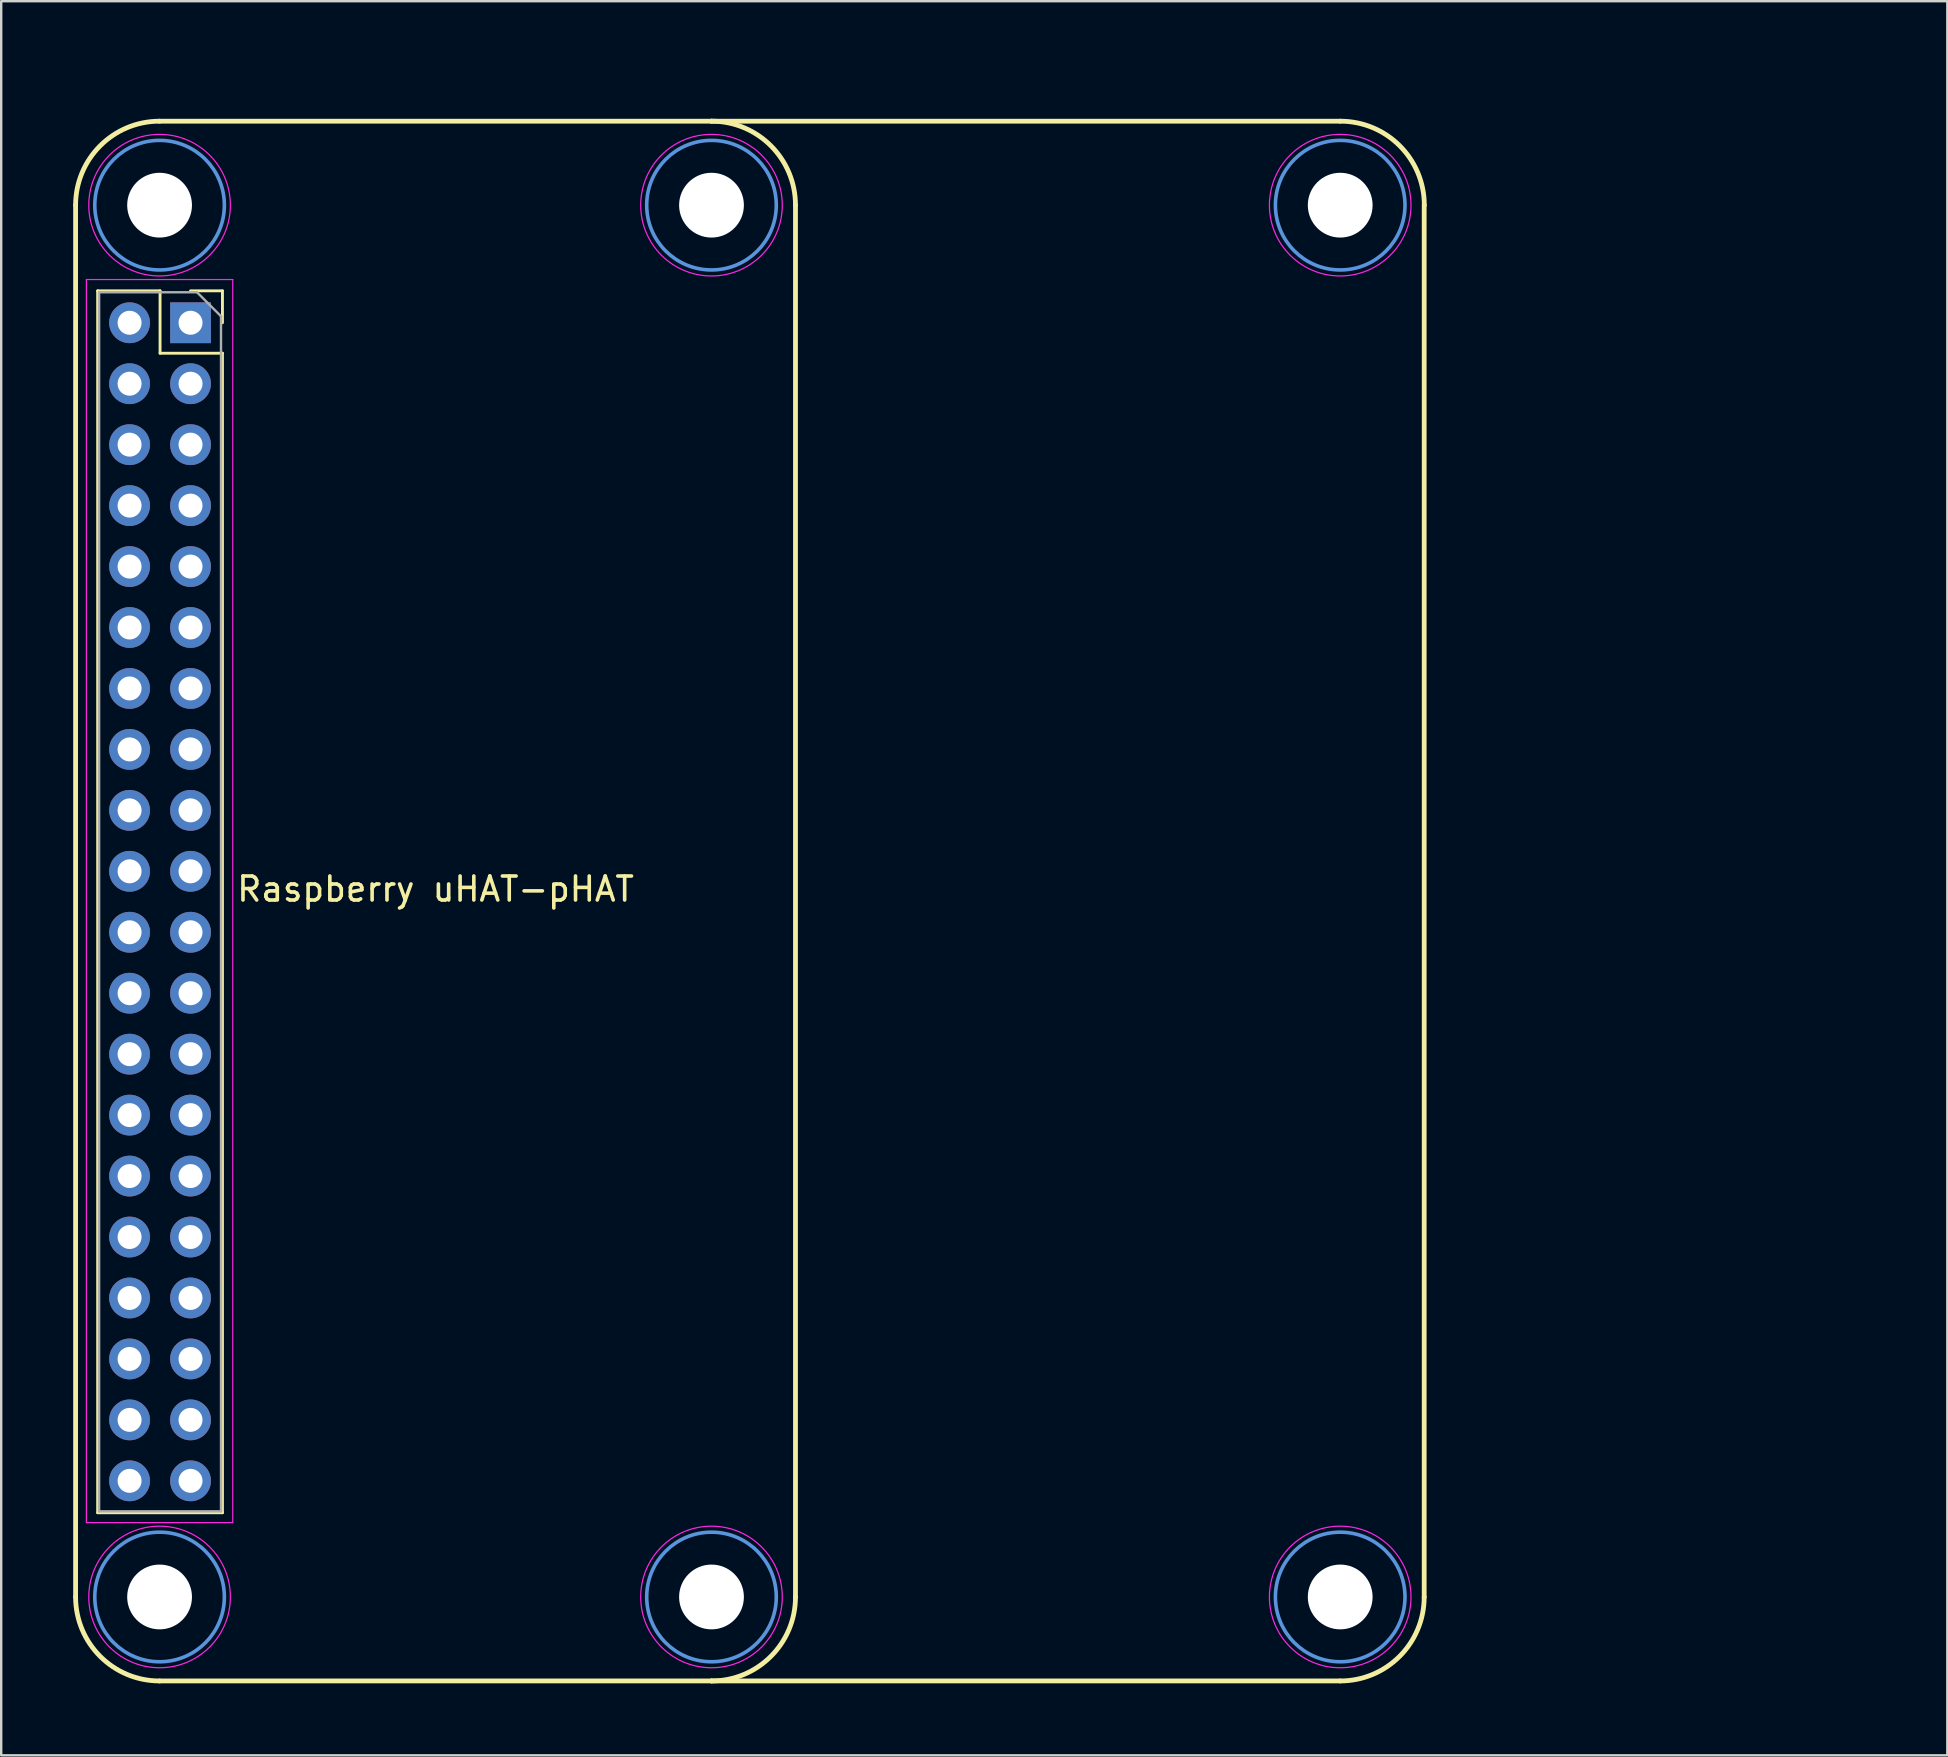
<source format=kicad_pcb>
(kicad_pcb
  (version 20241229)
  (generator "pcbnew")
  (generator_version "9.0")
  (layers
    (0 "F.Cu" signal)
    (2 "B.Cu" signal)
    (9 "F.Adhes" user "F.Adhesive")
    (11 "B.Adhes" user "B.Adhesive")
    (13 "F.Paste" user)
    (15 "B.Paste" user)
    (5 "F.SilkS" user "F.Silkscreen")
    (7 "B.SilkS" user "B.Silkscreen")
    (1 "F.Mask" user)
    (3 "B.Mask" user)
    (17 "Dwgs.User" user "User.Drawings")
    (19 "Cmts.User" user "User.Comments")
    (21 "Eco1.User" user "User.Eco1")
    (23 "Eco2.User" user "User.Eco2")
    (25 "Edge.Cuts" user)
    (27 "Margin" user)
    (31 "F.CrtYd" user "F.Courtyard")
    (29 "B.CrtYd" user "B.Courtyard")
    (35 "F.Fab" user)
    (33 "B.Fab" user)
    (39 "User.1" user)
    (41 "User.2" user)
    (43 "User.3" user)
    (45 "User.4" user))
  (footprint "Raspberry uHAT-pHAT"
    (layer "F.Cu")
    (at 15.1 34.5)
    (property "Reference" "Raspberry uHAT-pHAT" (at 0 -0.5 0) (unlocked yes) (layer "F.SilkS") (effects (font (size 1 1) (thickness 0.15))))
    (attr through_hole)
    (fp_line (start -15 29) (end -15 -29) (stroke (width 0.2) (type solid)) (layer "F.SilkS"))
    (fp_line (start -14.08 -25.43) (end -14.08 25.49) (stroke (width 0.12) (type solid)) (layer "F.SilkS"))
    (fp_line (start -14.08 -25.43) (end -11.48 -25.43) (stroke (width 0.12) (type solid)) (layer "F.SilkS"))
    (fp_line (start -14.08 25.49) (end -8.88 25.49) (stroke (width 0.12) (type solid)) (layer "F.SilkS"))
    (fp_line (start -11.5 -32.5) (end 11.5 -32.5) (stroke (width 0.2) (type solid)) (layer "F.SilkS"))
    (fp_line (start -11.5 32.5) (end 11.5 32.5) (stroke (width 0.2) (type solid)) (layer "F.SilkS"))
    (fp_line (start -11.48 -25.43) (end -11.48 -22.83) (stroke (width 0.12) (type solid)) (layer "F.SilkS"))
    (fp_line (start -11.48 -22.83) (end -8.88 -22.83) (stroke (width 0.12) (type solid)) (layer "F.SilkS"))
    (fp_line (start -10.21 -25.43) (end -8.88 -25.43) (stroke (width 0.12) (type solid)) (layer "F.SilkS"))
    (fp_line (start -8.88 -25.43) (end -8.88 -24.1) (stroke (width 0.12) (type solid)) (layer "F.SilkS"))
    (fp_line (start -8.88 -22.83) (end -8.88 25.49) (stroke (width 0.12) (type solid)) (layer "F.SilkS"))
    (fp_line (start 11.5 -32.5) (end 37.7 -32.5) (stroke (width 0.2) (type solid)) (layer "F.SilkS"))
    (fp_line (start 11.5 32.5) (end 37.7 32.5) (stroke (width 0.2) (type solid)) (layer "F.SilkS"))
    (fp_line (start 15 29) (end 15 -29) (stroke (width 0.2) (type solid)) (layer "F.SilkS"))
    (fp_line (start 41.2 29) (end 41.2 -29) (stroke (width 0.2) (type solid)) (layer "F.SilkS"))
    (fp_arc (start -15 -29) (mid -13.974873 -31.474873) (end -11.5 -32.5) (stroke (width 0.2) (type solid)) (layer "F.SilkS"))
    (fp_arc (start -11.5 32.5) (mid -13.974873 31.474873) (end -15 29) (stroke (width 0.2) (type solid)) (layer "F.SilkS"))
    (fp_arc (start 11.5 -32.5) (mid 13.974873 -31.474873) (end 15 -29) (stroke (width 0.2) (type solid)) (layer "F.SilkS"))
    (fp_arc (start 15 29) (mid 13.974873 31.474873) (end 11.5 32.5) (stroke (width 0.2) (type solid)) (layer "F.SilkS"))
    (fp_arc (start 37.705 -32.5) (mid 40.179874 -31.474874) (end 41.205 -29) (stroke (width 0.2) (type solid)) (layer "F.SilkS"))
    (fp_arc (start 41.2 29) (mid 40.174874 31.474874) (end 37.7 32.5) (stroke (width 0.2) (type solid)) (layer "F.SilkS"))
    (fp_circle (center -11.5 -29) (end -8.8 -29) (stroke (width 0.15) (type solid)) (fill no) (layer "Cmts.User"))
    (fp_circle (center -11.5 29) (end -8.8 29) (stroke (width 0.15) (type solid)) (fill no) (layer "Cmts.User"))
    (fp_circle (center 11.5 -29) (end 14.2 -29) (stroke (width 0.15) (type solid)) (fill no) (layer "Cmts.User"))
    (fp_circle (center 11.5 29) (end 14.2 29) (stroke (width 0.15) (type solid)) (fill no) (layer "Cmts.User"))
    (fp_circle (center 37.7 -29) (end 37.7 -26.3) (stroke (width 0.15) (type solid)) (fill no) (layer "Cmts.User"))
    (fp_circle (center 37.7 29) (end 37.7 31.7) (stroke (width 0.15) (type solid)) (fill no) (layer "Cmts.User"))
    (fp_line (start -14.55 -25.9) (end -8.45 -25.9) (stroke (width 0.05) (type solid)) (layer "F.CrtYd"))
    (fp_line (start -14.55 25.9) (end -14.55 -25.9) (stroke (width 0.05) (type solid)) (layer "F.CrtYd"))
    (fp_line (start -8.45 -25.9) (end -8.45 25.9) (stroke (width 0.05) (type solid)) (layer "F.CrtYd"))
    (fp_line (start -8.45 25.9) (end -14.55 25.9) (stroke (width 0.05) (type solid)) (layer "F.CrtYd"))
    (fp_circle (center -11.5 -29) (end -8.55 -29) (stroke (width 0.05) (type solid)) (fill no) (layer "F.CrtYd"))
    (fp_circle (center -11.5 29) (end -8.55 29) (stroke (width 0.05) (type solid)) (fill no) (layer "F.CrtYd"))
    (fp_circle (center 11.5 -29) (end 14.45 -29) (stroke (width 0.05) (type solid)) (fill no) (layer "F.CrtYd"))
    (fp_circle (center 11.5 29) (end 14.45 29) (stroke (width 0.05) (type solid)) (fill no) (layer "F.CrtYd"))
    (fp_circle (center 37.7 -29) (end 37.7 -26.05) (stroke (width 0.05) (type solid)) (fill no) (layer "F.CrtYd"))
    (fp_circle (center 37.7 29) (end 37.7 31.95) (stroke (width 0.05) (type solid)) (fill no) (layer "F.CrtYd"))
    (fp_line (start -14.02 -25.37) (end -9.94 -25.37) (stroke (width 0.1) (type solid)) (layer "F.Fab"))
    (fp_line (start -14.02 25.43) (end -14.02 -25.37) (stroke (width 0.1) (type solid)) (layer "F.Fab"))
    (fp_line (start -9.94 -25.37) (end -8.94 -24.37) (stroke (width 0.1) (type solid)) (layer "F.Fab"))
    (fp_line (start -8.94 -24.37) (end -8.94 25.43) (stroke (width 0.1) (type solid)) (layer "F.Fab"))
    (fp_line (start -8.94 25.43) (end -14.02 25.43) (stroke (width 0.1) (type solid)) (layer "F.Fab"))
    (pad "" np_thru_hole circle (at -11.5 -29 90) (size 2.7 2.7) (drill 2.7) (layers "*.Cu" "*.Mask"))
    (pad "" np_thru_hole circle (at -11.5 29 90) (size 2.7 2.7) (drill 2.7) (layers "*.Cu" "*.Mask"))
    (pad "" np_thru_hole circle (at 11.5 -29 270) (size 2.7 2.7) (drill 2.7) (layers "*.Cu" "*.Mask"))
    (pad "" np_thru_hole circle (at 11.5 29 270) (size 2.7 2.7) (drill 2.7) (layers "*.Cu" "*.Mask"))
    (pad "" np_thru_hole circle (at 37.7 -29 270) (size 2.7 2.7) (drill 2.7) (layers "*.Cu" "*.Mask"))
    (pad "" np_thru_hole circle (at 37.7 29 270) (size 2.7 2.7) (drill 2.7) (layers "*.Cu" "*.Mask"))
    (pad "1" thru_hole rect (at -10.21 -24.1) (size 1.7 1.7) (drill 1) (layers "*.Cu" "*.Mask"))
    (pad "2" thru_hole oval (at -12.75 -24.1) (size 1.7 1.7) (drill 1) (layers "*.Cu" "*.Mask"))
    (pad "3" thru_hole oval (at -10.21 -21.56) (size 1.7 1.7) (drill 1) (layers "*.Cu" "*.Mask"))
    (pad "4" thru_hole oval (at -12.75 -21.56) (size 1.7 1.7) (drill 1) (layers "*.Cu" "*.Mask"))
    (pad "5" thru_hole oval (at -10.21 -19.02) (size 1.7 1.7) (drill 1) (layers "*.Cu" "*.Mask"))
    (pad "6" thru_hole oval (at -12.75 -19.02) (size 1.7 1.7) (drill 1) (layers "*.Cu" "*.Mask"))
    (pad "7" thru_hole oval (at -10.21 -16.48) (size 1.7 1.7) (drill 1) (layers "*.Cu" "*.Mask"))
    (pad "8" thru_hole oval (at -12.75 -16.48) (size 1.7 1.7) (drill 1) (layers "*.Cu" "*.Mask"))
    (pad "9" thru_hole oval (at -10.21 -13.94) (size 1.7 1.7) (drill 1) (layers "*.Cu" "*.Mask"))
    (pad "10" thru_hole oval (at -12.75 -13.94) (size 1.7 1.7) (drill 1) (layers "*.Cu" "*.Mask"))
    (pad "11" thru_hole oval (at -10.21 -11.4) (size 1.7 1.7) (drill 1) (layers "*.Cu" "*.Mask"))
    (pad "12" thru_hole oval (at -12.75 -11.4) (size 1.7 1.7) (drill 1) (layers "*.Cu" "*.Mask"))
    (pad "13" thru_hole oval (at -10.21 -8.86) (size 1.7 1.7) (drill 1) (layers "*.Cu" "*.Mask"))
    (pad "14" thru_hole oval (at -12.75 -8.86) (size 1.7 1.7) (drill 1) (layers "*.Cu" "*.Mask"))
    (pad "15" thru_hole oval (at -10.21 -6.32) (size 1.7 1.7) (drill 1) (layers "*.Cu" "*.Mask"))
    (pad "16" thru_hole oval (at -12.75 -6.32) (size 1.7 1.7) (drill 1) (layers "*.Cu" "*.Mask"))
    (pad "17" thru_hole oval (at -10.21 -3.78) (size 1.7 1.7) (drill 1) (layers "*.Cu" "*.Mask"))
    (pad "18" thru_hole oval (at -12.75 -3.78) (size 1.7 1.7) (drill 1) (layers "*.Cu" "*.Mask"))
    (pad "19" thru_hole oval (at -10.21 -1.24) (size 1.7 1.7) (drill 1) (layers "*.Cu" "*.Mask"))
    (pad "20" thru_hole oval (at -12.75 -1.24) (size 1.7 1.7) (drill 1) (layers "*.Cu" "*.Mask"))
    (pad "21" thru_hole oval (at -10.21 1.3) (size 1.7 1.7) (drill 1) (layers "*.Cu" "*.Mask"))
    (pad "22" thru_hole oval (at -12.75 1.3) (size 1.7 1.7) (drill 1) (layers "*.Cu" "*.Mask"))
    (pad "23" thru_hole oval (at -10.21 3.84) (size 1.7 1.7) (drill 1) (layers "*.Cu" "*.Mask"))
    (pad "24" thru_hole oval (at -12.75 3.84) (size 1.7 1.7) (drill 1) (layers "*.Cu" "*.Mask"))
    (pad "25" thru_hole oval (at -10.21 6.38) (size 1.7 1.7) (drill 1) (layers "*.Cu" "*.Mask"))
    (pad "26" thru_hole oval (at -12.75 6.38) (size 1.7 1.7) (drill 1) (layers "*.Cu" "*.Mask"))
    (pad "27" thru_hole oval (at -10.21 8.92) (size 1.7 1.7) (drill 1) (layers "*.Cu" "*.Mask"))
    (pad "28" thru_hole oval (at -12.75 8.92) (size 1.7 1.7) (drill 1) (layers "*.Cu" "*.Mask"))
    (pad "29" thru_hole oval (at -10.21 11.46) (size 1.7 1.7) (drill 1) (layers "*.Cu" "*.Mask"))
    (pad "30" thru_hole oval (at -12.75 11.46) (size 1.7 1.7) (drill 1) (layers "*.Cu" "*.Mask"))
    (pad "31" thru_hole oval (at -10.21 14) (size 1.7 1.7) (drill 1) (layers "*.Cu" "*.Mask"))
    (pad "32" thru_hole oval (at -12.75 14) (size 1.7 1.7) (drill 1) (layers "*.Cu" "*.Mask"))
    (pad "33" thru_hole oval (at -10.21 16.54) (size 1.7 1.7) (drill 1) (layers "*.Cu" "*.Mask"))
    (pad "34" thru_hole oval (at -12.75 16.54) (size 1.7 1.7) (drill 1) (layers "*.Cu" "*.Mask"))
    (pad "35" thru_hole oval (at -10.21 19.08) (size 1.7 1.7) (drill 1) (layers "*.Cu" "*.Mask"))
    (pad "36" thru_hole oval (at -12.75 19.08) (size 1.7 1.7) (drill 1) (layers "*.Cu" "*.Mask"))
    (pad "37" thru_hole oval (at -10.21 21.62) (size 1.7 1.7) (drill 1) (layers "*.Cu" "*.Mask"))
    (pad "38" thru_hole oval (at -12.75 21.62) (size 1.7 1.7) (drill 1) (layers "*.Cu" "*.Mask"))
    (pad "39" thru_hole oval (at -10.21 24.16) (size 1.7 1.7) (drill 1) (layers "*.Cu" "*.Mask"))
    (pad "40" thru_hole oval (at -12.75 24.16) (size 1.7 1.7) (drill 1) (layers "*.Cu" "*.Mask"))
    (zone (net_name "") (layer "F.Cu") (hatch edge 0.508) (connect_pads) (min_thickness 0.254) (filled_areas_thickness no) (keepout (tracks allowed) (vias allowed) (pads allowed) (copperpour allowed) (footprints not_allowed)) (placement (enabled no)) (fill) (polygon (pts (xy 19.1 2) (xy 8.1 2) (xy 8.1 0) (xy 19.1 0))))
    (zone (net_name "") (layer "F.Cu") (hatch edge 0.508) (connect_pads) (min_thickness 0.254) (filled_areas_thickness no) (keepout (tracks allowed) (vias allowed) (pads allowed) (copperpour allowed) (footprints not_allowed)) (placement (enabled no)) (fill) (polygon (pts (xy 75.1 62) (xy 30.1 62) (xy 30.1 52) (xy 75.1 52)))))
  (gr_rect
    (start -3 -3)
    (end 78.1 70.1)
    (stroke (width 0.1) (type default))
    (fill no)
    (layer "Edge.Cuts")))
</source>
